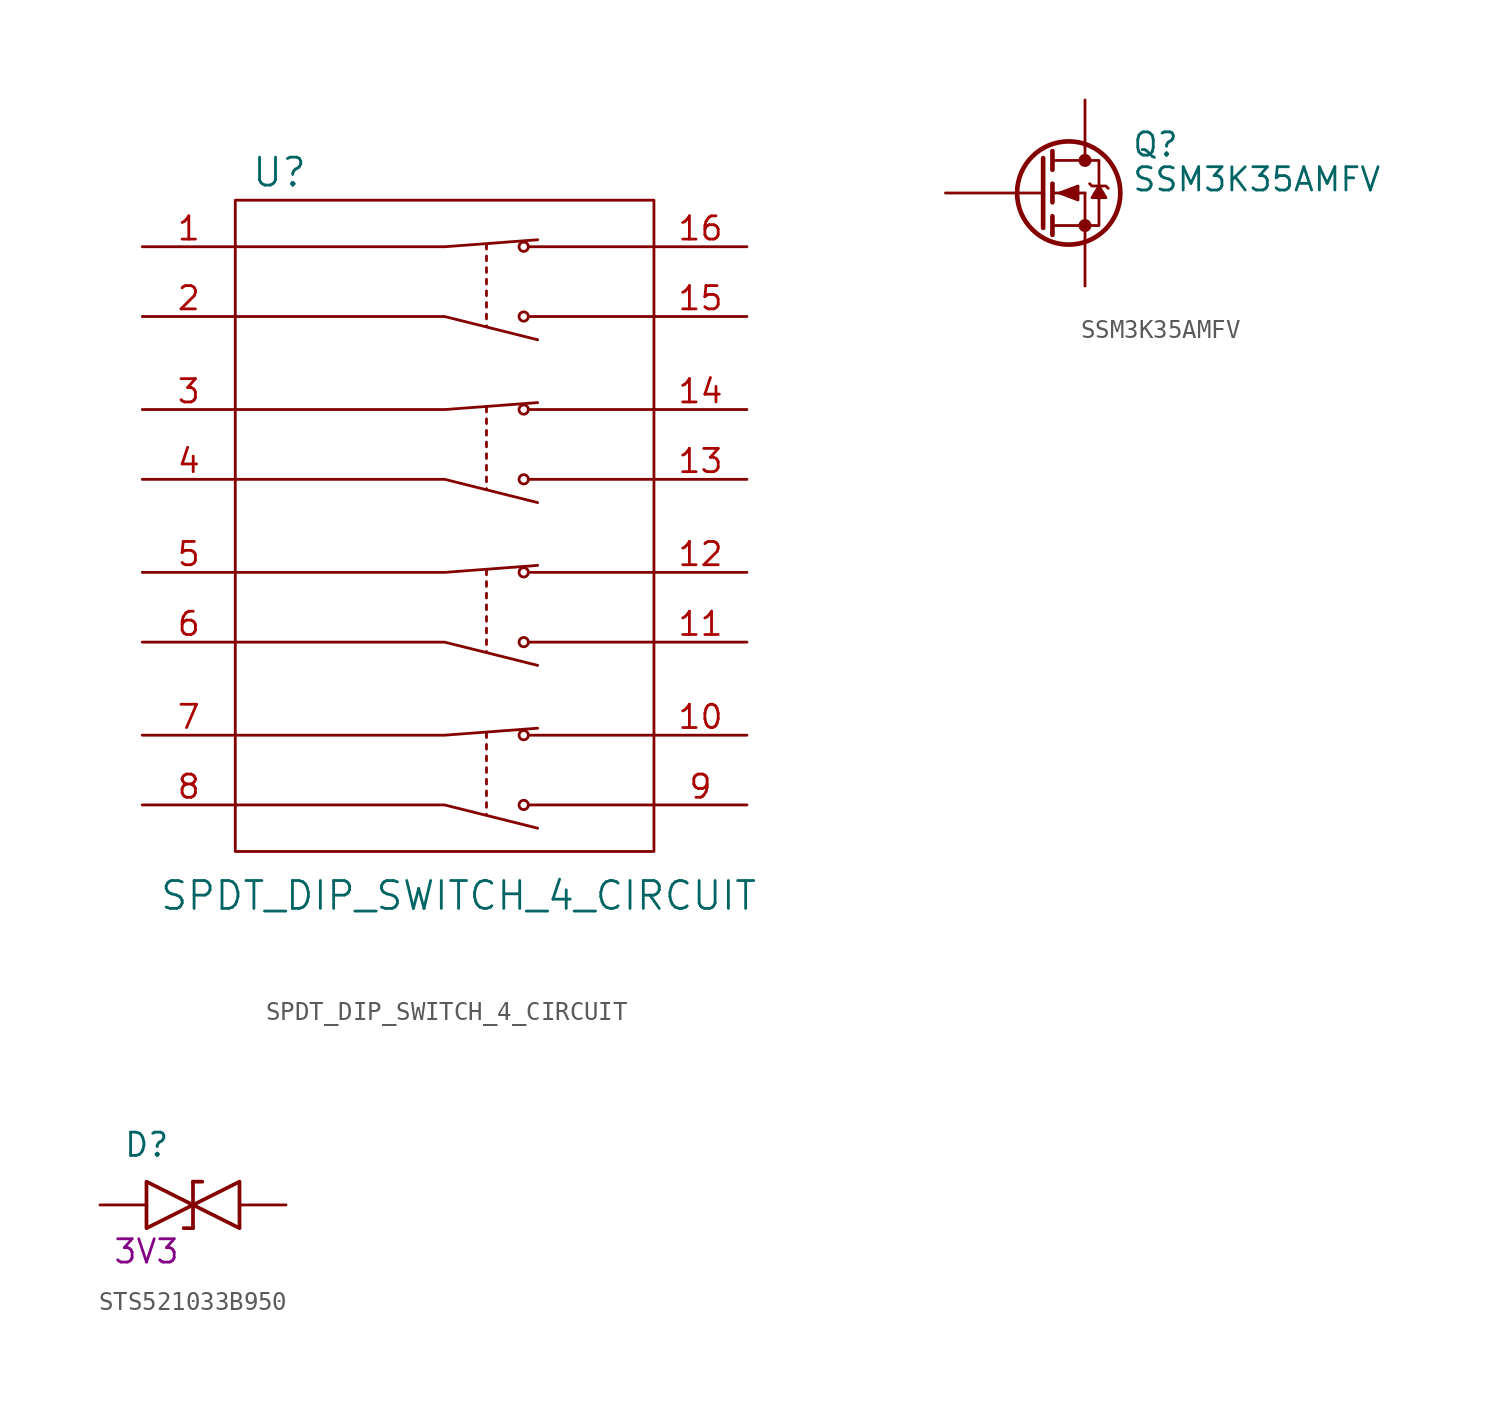
<source format=kicad_sym>
(kicad_symbol_lib
  (version 20210619)
  (generator kicad_symbol_editor)
  (symbol "custom:SPDT_DIP_SWITCH_4_CIRCUIT"
    (pin_names
      (offset 1.016))
    (property "Reference" "U"
      (at -10.287 29.464 0)
      (effects (font (size 1.524 1.524))))
    (property "Value" "SPDT_DIP_SWITCH_4_CIRCUIT"
      (at -0.508 -10.033 0)
      (effects (font (size 1.524 1.524))))
    (symbol "SPDT_DIP_SWITCH_4_CIRCUIT_0_1"
      (circle (center 3.048 -5.08) (radius 0.254) (stroke (width 0)) (fill (type none)))
      (circle (center 3.048 -1.27) (radius 0.254) (stroke (width 0)) (fill (type none)))
      (circle (center 3.048 3.81) (radius 0.254) (stroke (width 0)) (fill (type none)))
      (circle (center 3.048 7.62) (radius 0.254) (stroke (width 0)) (fill (type none)))
      (circle (center 3.048 12.7) (radius 0.254) (stroke (width 0)) (fill (type none)))
      (circle (center 3.048 16.51) (radius 0.254) (stroke (width 0)) (fill (type none)))
      (circle (center 3.048 21.59) (radius 0.254) (stroke (width 0)) (fill (type none)))
      (circle (center 3.048 25.4) (radius 0.254) (stroke (width 0)) (fill (type none)))
      (rectangle (start 10.16 -7.62) (end -12.7 27.94) (stroke (width 0)) (fill (type none)))
      (polyline (pts (xy 1.016 -5.588) (xy 1.016 -5.588)) (stroke (width 0)) (fill (type none)))
      (polyline (pts (xy 1.016 -4.953) (xy 1.016 -5.207)) (stroke (width 0)) (fill (type none)))
      (polyline (pts (xy 1.016 -4.318) (xy 1.016 -4.572)) (stroke (width 0)) (fill (type none)))
      (polyline (pts (xy 1.016 -3.683) (xy 1.016 -3.937)) (stroke (width 0)) (fill (type none)))
      (polyline (pts (xy 1.016 -3.048) (xy 1.016 -3.302)) (stroke (width 0)) (fill (type none)))
      (polyline (pts (xy 1.016 -2.413) (xy 1.016 -2.667)) (stroke (width 0)) (fill (type none)))
      (polyline (pts (xy 1.016 -1.778) (xy 1.016 -2.032)) (stroke (width 0)) (fill (type none)))
      (polyline (pts (xy 1.016 -1.143) (xy 1.016 -1.397)) (stroke (width 0)) (fill (type none)))
      (polyline (pts (xy 1.016 3.302) (xy 1.016 3.302)) (stroke (width 0)) (fill (type none)))
      (polyline (pts (xy 1.016 3.937) (xy 1.016 3.683)) (stroke (width 0)) (fill (type none)))
      (polyline (pts (xy 1.016 4.572) (xy 1.016 4.318)) (stroke (width 0)) (fill (type none)))
      (polyline (pts (xy 1.016 5.207) (xy 1.016 4.953)) (stroke (width 0)) (fill (type none)))
      (polyline (pts (xy 1.016 5.842) (xy 1.016 5.588)) (stroke (width 0)) (fill (type none)))
      (polyline (pts (xy 1.016 6.477) (xy 1.016 6.223)) (stroke (width 0)) (fill (type none)))
      (polyline (pts (xy 1.016 7.112) (xy 1.016 6.858)) (stroke (width 0)) (fill (type none)))
      (polyline (pts (xy 1.016 7.747) (xy 1.016 7.493)) (stroke (width 0)) (fill (type none)))
      (polyline (pts (xy 1.016 12.192) (xy 1.016 12.192)) (stroke (width 0)) (fill (type none)))
      (polyline (pts (xy 1.016 12.827) (xy 1.016 12.573)) (stroke (width 0)) (fill (type none)))
      (polyline (pts (xy 1.016 13.462) (xy 1.016 13.208)) (stroke (width 0)) (fill (type none)))
      (polyline (pts (xy 1.016 14.097) (xy 1.016 13.843)) (stroke (width 0)) (fill (type none)))
      (polyline (pts (xy 1.016 14.732) (xy 1.016 14.478)) (stroke (width 0)) (fill (type none)))
      (polyline (pts (xy 1.016 15.367) (xy 1.016 15.113)) (stroke (width 0)) (fill (type none)))
      (polyline (pts (xy 1.016 16.002) (xy 1.016 15.748)) (stroke (width 0)) (fill (type none)))
      (polyline (pts (xy 1.016 16.637) (xy 1.016 16.383)) (stroke (width 0)) (fill (type none)))
      (polyline (pts (xy 1.016 21.082) (xy 1.016 21.082)) (stroke (width 0)) (fill (type none)))
      (polyline (pts (xy 1.016 21.717) (xy 1.016 21.463)) (stroke (width 0)) (fill (type none)))
      (polyline (pts (xy 1.016 22.352) (xy 1.016 22.098)) (stroke (width 0)) (fill (type none)))
      (polyline (pts (xy 1.016 22.987) (xy 1.016 22.733)) (stroke (width 0)) (fill (type none)))
      (polyline (pts (xy 1.016 23.622) (xy 1.016 23.368)) (stroke (width 0)) (fill (type none)))
      (polyline (pts (xy 1.016 24.257) (xy 1.016 24.003)) (stroke (width 0)) (fill (type none)))
      (polyline (pts (xy 1.016 24.892) (xy 1.016 24.638)) (stroke (width 0)) (fill (type none)))
      (polyline (pts (xy 1.016 25.527) (xy 1.016 25.273)) (stroke (width 0)) (fill (type none)))
      (polyline (pts (xy 3.302 -5.08) (xy 10.16 -5.08)) (stroke (width 0)) (fill (type none)))
      (polyline (pts (xy 3.302 -1.27) (xy 10.16 -1.27)) (stroke (width 0)) (fill (type none)))
      (polyline (pts (xy 3.302 3.81) (xy 10.16 3.81)) (stroke (width 0)) (fill (type none)))
      (polyline (pts (xy 3.302 7.62) (xy 10.16 7.62)) (stroke (width 0)) (fill (type none)))
      (polyline (pts (xy 3.302 12.7) (xy 10.16 12.7)) (stroke (width 0)) (fill (type none)))
      (polyline (pts (xy 3.302 16.51) (xy 10.16 16.51)) (stroke (width 0)) (fill (type none)))
      (polyline (pts (xy 3.302 21.59) (xy 10.16 21.59)) (stroke (width 0)) (fill (type none)))
      (polyline (pts (xy 3.302 25.4) (xy 10.16 25.4)) (stroke (width 0)) (fill (type none)))
      (polyline (pts (xy -12.7 -5.08) (xy -1.27 -5.08) (xy 3.81 -6.35)) (stroke (width 0)) (fill (type none)))
      (polyline (pts (xy -12.7 -1.27) (xy -1.27 -1.27) (xy 3.81 -0.889)) (stroke (width 0)) (fill (type none)))
      (polyline (pts (xy -12.7 3.81) (xy -1.27 3.81) (xy 3.81 2.54)) (stroke (width 0)) (fill (type none)))
      (polyline (pts (xy -12.7 7.62) (xy -1.27 7.62) (xy 3.81 8.001)) (stroke (width 0)) (fill (type none)))
      (polyline (pts (xy -12.7 12.7) (xy -1.27 12.7) (xy 3.81 11.43)) (stroke (width 0)) (fill (type none)))
      (polyline (pts (xy -12.7 16.51) (xy -1.27 16.51) (xy 3.81 16.891)) (stroke (width 0)) (fill (type none)))
      (polyline (pts (xy -12.7 21.59) (xy -1.27 21.59) (xy 3.81 20.32)) (stroke (width 0)) (fill (type none)))
      (polyline (pts (xy -12.7 25.4) (xy -1.27 25.4) (xy 3.81 25.781)) (stroke (width 0)) (fill (type none))))
    (symbol "SPDT_DIP_SWITCH_4_CIRCUIT_1_1"
      (pin input line (at -17.78 25.4 0) (length 5.08) (name "~" (effects (font (size 1.27 1.27)))) (number "1" (effects (font (size 1.27 1.27)))))
      (pin input line (at 15.24 -1.27 180) (length 5.08) (name "~" (effects (font (size 1.27 1.27)))) (number "10" (effects (font (size 1.27 1.27)))))
      (pin input line (at 15.24 3.81 180) (length 5.08) (name "~" (effects (font (size 1.27 1.27)))) (number "11" (effects (font (size 1.27 1.27)))))
      (pin input line (at 15.24 7.62 180) (length 5.08) (name "~" (effects (font (size 1.27 1.27)))) (number "12" (effects (font (size 1.27 1.27)))))
      (pin input line (at 15.24 12.7 180) (length 5.08) (name "~" (effects (font (size 1.27 1.27)))) (number "13" (effects (font (size 1.27 1.27)))))
      (pin input line (at 15.24 16.51 180) (length 5.08) (name "~" (effects (font (size 1.27 1.27)))) (number "14" (effects (font (size 1.27 1.27)))))
      (pin input line (at 15.24 21.59 180) (length 5.08) (name "~" (effects (font (size 1.27 1.27)))) (number "15" (effects (font (size 1.27 1.27)))))
      (pin input line (at 15.24 25.4 180) (length 5.08) (name "~" (effects (font (size 1.27 1.27)))) (number "16" (effects (font (size 1.27 1.27)))))
      (pin input line (at -17.78 21.59 0) (length 5.08) (name "~" (effects (font (size 1.27 1.27)))) (number "2" (effects (font (size 1.27 1.27)))))
      (pin input line (at -17.78 16.51 0) (length 5.08) (name "~" (effects (font (size 1.27 1.27)))) (number "3" (effects (font (size 1.27 1.27)))))
      (pin input line (at -17.78 12.7 0) (length 5.08) (name "~" (effects (font (size 1.27 1.27)))) (number "4" (effects (font (size 1.27 1.27)))))
      (pin input line (at -17.78 7.62 0) (length 5.08) (name "~" (effects (font (size 1.27 1.27)))) (number "5" (effects (font (size 1.27 1.27)))))
      (pin input line (at -17.78 3.81 0) (length 5.08) (name "~" (effects (font (size 1.27 1.27)))) (number "6" (effects (font (size 1.27 1.27)))))
      (pin input line (at -17.78 -1.27 0) (length 5.08) (name "~" (effects (font (size 1.27 1.27)))) (number "7" (effects (font (size 1.27 1.27)))))
      (pin input line (at -17.78 -5.08 0) (length 5.08) (name "~" (effects (font (size 1.27 1.27)))) (number "8" (effects (font (size 1.27 1.27)))))
      (pin input line (at 15.24 -5.08 180) (length 5.08) (name "~" (effects (font (size 1.27 1.27)))) (number "9" (effects (font (size 1.27 1.27)))))))
  (symbol "custom:SSM3K35AMFV"
    (pin_numbers hide)
    (pin_names
      (offset 0) hide)
    (property "Reference" "Q"
      (at 5.08 1.905 0)
      (effects (font (size 1.27 1.27)) (justify left bottom)))
    (property "Value" "SSM3K35AMFV"
      (at 5.08 0 0)
      (effects (font (size 1.27 1.27)) (justify left bottom)))
    (symbol "SSM3K35AMFV_0_1"
      (circle (center 1.651 0) (radius 2.819) (stroke (width 0.254)) (fill (type none)))
      (circle (center 2.54 -1.778) (radius 0.279) (stroke (width 0)) (fill (type outline)))
      (circle (center 2.54 1.778) (radius 0.279) (stroke (width 0)) (fill (type outline)))
      (polyline (pts (xy 0.762 -1.778) (xy 2.54 -1.778)) (stroke (width 0)) (fill (type none)))
      (polyline (pts (xy 0.762 -1.27) (xy 0.762 -2.286)) (stroke (width 0.254)) (fill (type none)))
      (polyline (pts (xy 0.762 0) (xy 2.54 0)) (stroke (width 0)) (fill (type none)))
      (polyline (pts (xy 0.762 0.508) (xy 0.762 -0.508)) (stroke (width 0.254)) (fill (type none)))
      (polyline (pts (xy 0.762 1.778) (xy 2.54 1.778)) (stroke (width 0)) (fill (type none)))
      (polyline (pts (xy 0.762 2.286) (xy 0.762 1.27)) (stroke (width 0.254)) (fill (type none)))
      (polyline (pts (xy 2.54 -1.778) (xy 2.54 -2.54)) (stroke (width 0)) (fill (type none)))
      (polyline (pts (xy 2.54 -1.778) (xy 2.54 0)) (stroke (width 0)) (fill (type none)))
      (polyline (pts (xy 2.54 2.54) (xy 2.54 1.778)) (stroke (width 0)) (fill (type none)))
      (polyline (pts (xy 0.254 1.905) (xy 0.254 -1.905) (xy 0.254 -1.905)) (stroke (width 0.254)) (fill (type none)))
      (polyline (pts (xy 2.54 -1.778) (xy 3.302 -1.778) (xy 3.302 1.778) (xy 2.54 1.778)) (stroke (width 0)) (fill (type none)))
      (polyline (pts (xy 3.81 0.254) (xy 3.683 0.381) (xy 2.921 0.381) (xy 2.794 0.508)) (stroke (width 0)) (fill (type none)))
      (polyline (pts (xy 1.143 0) (xy 2.159 -0.381) (xy 2.159 0.381) (xy 1.143 0)) (stroke (width 0)) (fill (type outline)))
      (polyline (pts (xy 3.302 0.381) (xy 2.921 -0.254) (xy 3.683 -0.254) (xy 3.302 0.381)) (stroke (width 0)) (fill (type outline))))
    (symbol "SSM3K35AMFV_1_1"
      (pin input line (at -5.08 0 0) (length 5.334) (name "G" (effects (font (size 1.27 1.27)))) (number "1" (effects (font (size 1.27 1.27)))))
      (pin passive line (at 2.54 -5.08 90) (length 2.54) (name "S" (effects (font (size 1.27 1.27)))) (number "2" (effects (font (size 1.27 1.27)))))
      (pin passive line (at 2.54 5.08 270) (length 2.54) (name "D" (effects (font (size 1.27 1.27)))) (number "3" (effects (font (size 1.27 1.27)))))))
  (symbol "custom:STS521033B950"
    (pin_numbers hide)
    (pin_names
      (offset 1.016) hide)
    (property "Reference" "D"
      (at -3.81 2.54 0)
      (effects (font (size 1.27 1.27)) (justify left bottom)))
    (property "Rating" "3V3"
      (at -2.54 -2.54 0)
      (effects (font (size 1.27 1.27))))
    (symbol "STS521033B950_0_1"
      (polyline (pts (xy 0 -1.27) (xy -0.508 -1.27)) (stroke (width 0.203)) (fill (type none)))
      (polyline (pts (xy 0 1.27) (xy 0 -1.27)) (stroke (width 0.203)) (fill (type none)))
      (polyline (pts (xy 0 1.27) (xy 0.508 1.27)) (stroke (width 0.203)) (fill (type none)))
      (polyline (pts (xy -2.54 1.27) (xy -2.54 -1.27) (xy 0 0) (xy -2.54 1.27)) (stroke (width 0.203)) (fill (type none))))
    (symbol "STS521033B950_1_1"
      (polyline (pts (xy 2.54 -1.27) (xy 2.54 1.27) (xy 0 0) (xy 2.54 -1.27)) (stroke (width 0.203)) (fill (type none)))
      (pin passive line (at 5.08 0 180) (length 2.54) (name "K" (effects (font (size 1.27 1.27)))) (number "1" (effects (font (size 1.27 1.27)))))
      (pin passive line (at -5.08 0 0) (length 2.54) (name "A" (effects (font (size 1.27 1.27)))) (number "2" (effects (font (size 1.27 1.27))))))))
</source>
